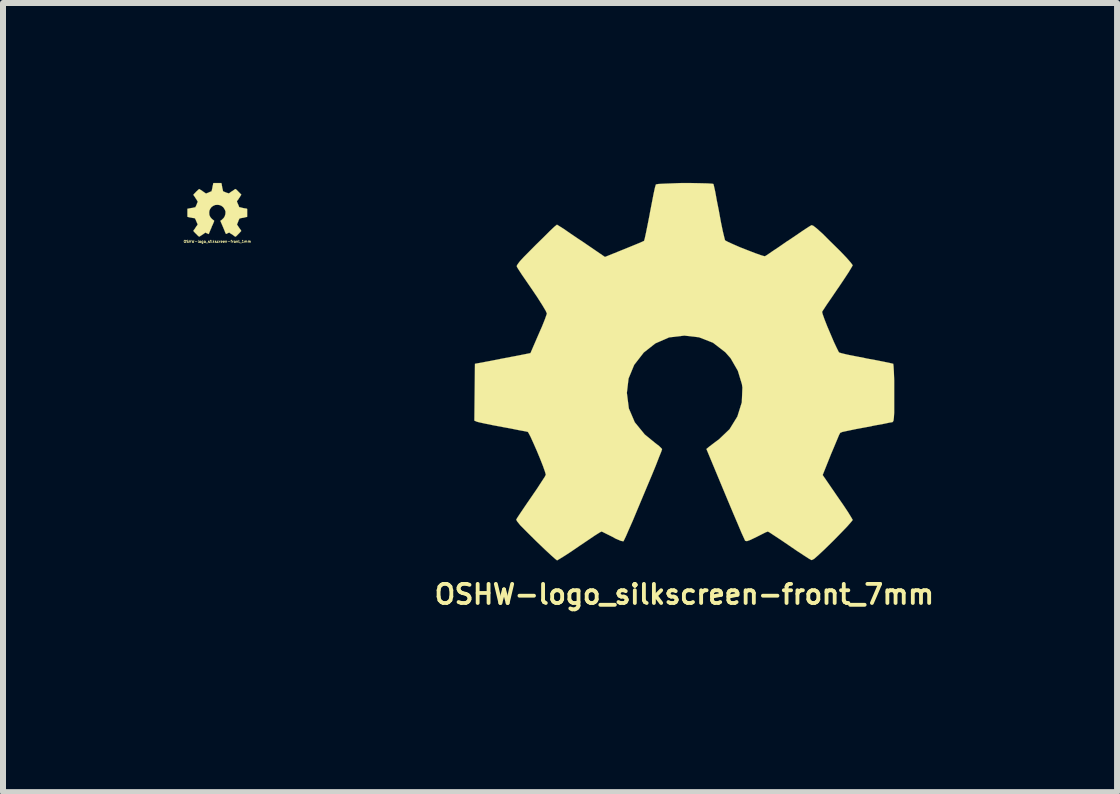
<source format=kicad_pcb>
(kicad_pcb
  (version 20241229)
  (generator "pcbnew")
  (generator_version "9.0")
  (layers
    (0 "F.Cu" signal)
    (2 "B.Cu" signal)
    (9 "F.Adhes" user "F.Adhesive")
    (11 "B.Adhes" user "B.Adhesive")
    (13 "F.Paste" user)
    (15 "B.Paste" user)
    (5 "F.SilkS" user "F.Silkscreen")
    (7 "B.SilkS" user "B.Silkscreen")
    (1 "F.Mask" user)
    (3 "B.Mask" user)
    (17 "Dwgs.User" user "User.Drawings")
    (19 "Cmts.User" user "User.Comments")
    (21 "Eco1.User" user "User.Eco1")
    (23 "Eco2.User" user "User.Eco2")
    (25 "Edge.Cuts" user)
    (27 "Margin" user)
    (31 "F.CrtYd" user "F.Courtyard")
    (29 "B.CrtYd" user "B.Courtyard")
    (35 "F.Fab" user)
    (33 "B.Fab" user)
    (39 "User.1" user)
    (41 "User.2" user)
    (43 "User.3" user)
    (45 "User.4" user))
  (footprint "OSHW-logo_silkscreen-front_7mm"
    (layer "F.Cu")
    (at 8.357 3.146)
    (property "Reference" "OSHW-logo_silkscreen-front_7mm" (at 0 3.711 0) (layer "F.SilkS") (effects (font (size 0.318 0.318) (thickness 0.064))))
    (attr through_hole)
    (fp_poly (pts (xy -2.121 3.145) (xy -2.085 3.124) (xy -2.002 3.073) (xy -1.885 2.997) (xy -1.748 2.903) (xy -1.608 2.809) (xy -1.496 2.733) (xy -1.415 2.682) (xy -1.382 2.664) (xy -1.364 2.67) (xy -1.298 2.703) (xy -1.201 2.751) (xy -1.148 2.781) (xy -1.059 2.819) (xy -1.016 2.827) (xy -1.008 2.814) (xy -0.975 2.746) (xy -0.925 2.631) (xy -0.859 2.482) (xy -0.785 2.304) (xy -0.704 2.111) (xy -0.622 1.915) (xy -0.544 1.73) (xy -0.475 1.562) (xy -0.422 1.425) (xy -0.384 1.331) (xy -0.371 1.29) (xy -0.376 1.283) (xy -0.419 1.24) (xy -0.495 1.181) (xy -0.66 1.046) (xy -0.826 0.843) (xy -0.925 0.612) (xy -0.958 0.353) (xy -0.93 0.114) (xy -0.836 -0.114) (xy -0.676 -0.32) (xy -0.483 -0.472) (xy -0.254 -0.572) (xy 0 -0.602) (xy 0.244 -0.574) (xy 0.478 -0.483) (xy 0.683 -0.325) (xy 0.772 -0.224) (xy 0.892 -0.015) (xy 0.96 0.208) (xy 0.968 0.264) (xy 0.958 0.511) (xy 0.884 0.747) (xy 0.754 0.958) (xy 0.574 1.13) (xy 0.551 1.146) (xy 0.467 1.209) (xy 0.411 1.252) (xy 0.368 1.288) (xy 0.681 2.04) (xy 0.732 2.162) (xy 0.818 2.367) (xy 0.894 2.545) (xy 0.953 2.685) (xy 0.996 2.779) (xy 1.013 2.817) (xy 1.016 2.819) (xy 1.044 2.824) (xy 1.1 2.804) (xy 1.206 2.753) (xy 1.275 2.718) (xy 1.356 2.677) (xy 1.392 2.664) (xy 1.422 2.68) (xy 1.499 2.731) (xy 1.61 2.804) (xy 1.745 2.896) (xy 1.875 2.985) (xy 1.991 3.061) (xy 2.078 3.117) (xy 2.118 3.139) (xy 2.126 3.139) (xy 2.164 3.119) (xy 2.23 3.061) (xy 2.334 2.964) (xy 2.479 2.822) (xy 2.502 2.799) (xy 2.621 2.677) (xy 2.718 2.576) (xy 2.781 2.504) (xy 2.807 2.471) (xy 2.784 2.431) (xy 2.731 2.344) (xy 2.652 2.225) (xy 2.555 2.085) (xy 2.306 1.722) (xy 2.443 1.379) (xy 2.487 1.275) (xy 2.54 1.148) (xy 2.578 1.057) (xy 2.598 1.019) (xy 2.637 1.003) (xy 2.731 0.983) (xy 2.865 0.955) (xy 3.028 0.925) (xy 3.183 0.894) (xy 3.322 0.869) (xy 3.421 0.848) (xy 3.467 0.841) (xy 3.477 0.833) (xy 3.487 0.813) (xy 3.493 0.765) (xy 3.498 0.681) (xy 3.498 0.546) (xy 3.498 0.353) (xy 3.498 0.333) (xy 3.498 0.147) (xy 3.493 0.003) (xy 3.487 -0.094) (xy 3.482 -0.132) (xy 3.439 -0.142) (xy 3.34 -0.163) (xy 3.2 -0.191) (xy 3.035 -0.221) (xy 3.025 -0.224) (xy 2.857 -0.257) (xy 2.72 -0.284) (xy 2.624 -0.307) (xy 2.581 -0.32) (xy 2.573 -0.33) (xy 2.54 -0.396) (xy 2.492 -0.498) (xy 2.438 -0.625) (xy 2.383 -0.754) (xy 2.337 -0.871) (xy 2.306 -0.958) (xy 2.296 -0.998) (xy 2.322 -1.039) (xy 2.377 -1.123) (xy 2.459 -1.242) (xy 2.555 -1.384) (xy 2.563 -1.394) (xy 2.657 -1.534) (xy 2.736 -1.654) (xy 2.786 -1.737) (xy 2.807 -1.775) (xy 2.804 -1.778) (xy 2.774 -1.819) (xy 2.703 -1.9) (xy 2.601 -2.007) (xy 2.477 -2.129) (xy 2.438 -2.167) (xy 2.304 -2.301) (xy 2.207 -2.388) (xy 2.149 -2.433) (xy 2.121 -2.443) (xy 2.078 -2.418) (xy 1.989 -2.36) (xy 1.869 -2.278) (xy 1.727 -2.182) (xy 1.717 -2.177) (xy 1.577 -2.08) (xy 1.46 -2.002) (xy 1.379 -1.946) (xy 1.344 -1.925) (xy 1.336 -1.925) (xy 1.28 -1.941) (xy 1.181 -1.976) (xy 1.057 -2.024) (xy 0.927 -2.075) (xy 0.81 -2.126) (xy 0.721 -2.167) (xy 0.681 -2.189) (xy 0.678 -2.192) (xy 0.665 -2.243) (xy 0.64 -2.347) (xy 0.61 -2.492) (xy 0.579 -2.662) (xy 0.574 -2.69) (xy 0.541 -2.855) (xy 0.516 -2.995) (xy 0.495 -3.089) (xy 0.485 -3.129) (xy 0.462 -3.134) (xy 0.381 -3.139) (xy 0.257 -3.142) (xy 0.104 -3.145) (xy -0.053 -3.145) (xy -0.208 -3.139) (xy -0.34 -3.134) (xy -0.434 -3.129) (xy -0.472 -3.122) (xy -0.475 -3.119) (xy -0.49 -3.068) (xy -0.513 -2.962) (xy -0.541 -2.817) (xy -0.574 -2.647) (xy -0.579 -2.616) (xy -0.612 -2.449) (xy -0.64 -2.311) (xy -0.66 -2.22) (xy -0.671 -2.182) (xy -0.686 -2.174) (xy -0.754 -2.144) (xy -0.866 -2.098) (xy -1.003 -2.042) (xy -1.323 -1.913) (xy -1.717 -2.182) (xy -1.753 -2.205) (xy -1.895 -2.301) (xy -2.009 -2.38) (xy -2.09 -2.431) (xy -2.123 -2.451) (xy -2.126 -2.449) (xy -2.167 -2.416) (xy -2.245 -2.342) (xy -2.349 -2.238) (xy -2.474 -2.116) (xy -2.565 -2.024) (xy -2.675 -1.913) (xy -2.743 -1.839) (xy -2.779 -1.791) (xy -2.794 -1.763) (xy -2.789 -1.745) (xy -2.764 -1.704) (xy -2.708 -1.618) (xy -2.626 -1.499) (xy -2.53 -1.359) (xy -2.451 -1.242) (xy -2.367 -1.11) (xy -2.311 -1.016) (xy -2.291 -0.97) (xy -2.296 -0.953) (xy -2.324 -0.874) (xy -2.37 -0.759) (xy -2.431 -0.62) (xy -2.565 -0.31) (xy -2.771 -0.269) (xy -2.893 -0.246) (xy -3.066 -0.213) (xy -3.231 -0.18) (xy -3.49 -0.132) (xy -3.5 0.815) (xy -3.459 0.833) (xy -3.421 0.843) (xy -3.325 0.864) (xy -3.188 0.892) (xy -3.028 0.922) (xy -2.891 0.947) (xy -2.753 0.975) (xy -2.654 0.993) (xy -2.609 1.003) (xy -2.598 1.019) (xy -2.563 1.085) (xy -2.515 1.191) (xy -2.459 1.318) (xy -2.403 1.453) (xy -2.355 1.575) (xy -2.322 1.669) (xy -2.309 1.717) (xy -2.327 1.753) (xy -2.38 1.834) (xy -2.456 1.951) (xy -2.55 2.088) (xy -2.644 2.225) (xy -2.723 2.342) (xy -2.779 2.426) (xy -2.802 2.464) (xy -2.789 2.492) (xy -2.736 2.558) (xy -2.631 2.664) (xy -2.477 2.817) (xy -2.451 2.842) (xy -2.329 2.959) (xy -2.225 3.056) (xy -2.154 3.119) (xy -2.121 3.145)) (stroke (width 0.003) (type solid)) (fill yes) (layer "F.SilkS")))
  (footprint "OSHW-logo_silkscreen-front_1mm"
    (layer "F.Cu")
    (at 0.572 0.448)
    (property "Reference" "OSHW-logo_silkscreen-front_1mm" (at 0 0.528 0) (layer "F.SilkS") (effects (font (size 0.043 0.043) (thickness 0.008))))
    (attr through_hole)
    (fp_poly (pts (xy -0.302 0.447) (xy -0.297 0.445) (xy -0.284 0.437) (xy -0.269 0.427) (xy -0.249 0.414) (xy -0.229 0.401) (xy -0.213 0.389) (xy -0.201 0.381) (xy -0.196 0.378) (xy -0.193 0.381) (xy -0.185 0.386) (xy -0.17 0.391) (xy -0.163 0.396) (xy -0.15 0.401) (xy -0.145 0.404) (xy -0.142 0.401) (xy -0.137 0.391) (xy -0.132 0.376) (xy -0.122 0.353) (xy -0.112 0.328) (xy -0.099 0.3) (xy -0.089 0.272) (xy -0.076 0.246) (xy -0.066 0.221) (xy -0.058 0.203) (xy -0.053 0.188) (xy -0.051 0.183) (xy -0.053 0.183) (xy -0.058 0.175) (xy -0.069 0.168) (xy -0.094 0.147) (xy -0.117 0.119) (xy -0.132 0.086) (xy -0.135 0.048) (xy -0.132 0.015) (xy -0.119 -0.015) (xy -0.097 -0.046) (xy -0.069 -0.066) (xy -0.036 -0.081) (xy 0 -0.084) (xy 0.033 -0.081) (xy 0.066 -0.069) (xy 0.097 -0.046) (xy 0.109 -0.03) (xy 0.127 0) (xy 0.137 0.028) (xy 0.137 0.036) (xy 0.135 0.071) (xy 0.124 0.107) (xy 0.107 0.135) (xy 0.081 0.16) (xy 0.079 0.163) (xy 0.066 0.173) (xy 0.058 0.178) (xy 0.051 0.183) (xy 0.097 0.29) (xy 0.104 0.307) (xy 0.117 0.338) (xy 0.127 0.363) (xy 0.135 0.384) (xy 0.142 0.396) (xy 0.145 0.401) (xy 0.147 0.401) (xy 0.155 0.399) (xy 0.17 0.391) (xy 0.18 0.386) (xy 0.193 0.381) (xy 0.198 0.378) (xy 0.203 0.381) (xy 0.213 0.389) (xy 0.229 0.399) (xy 0.249 0.411) (xy 0.267 0.424) (xy 0.284 0.437) (xy 0.295 0.445) (xy 0.302 0.447) (xy 0.307 0.445) (xy 0.318 0.437) (xy 0.333 0.422) (xy 0.353 0.401) (xy 0.356 0.399) (xy 0.373 0.381) (xy 0.386 0.366) (xy 0.396 0.356) (xy 0.399 0.353) (xy 0.396 0.345) (xy 0.389 0.333) (xy 0.378 0.318) (xy 0.363 0.297) (xy 0.328 0.244) (xy 0.348 0.196) (xy 0.353 0.18) (xy 0.361 0.163) (xy 0.368 0.15) (xy 0.371 0.145) (xy 0.376 0.142) (xy 0.389 0.14) (xy 0.409 0.135) (xy 0.432 0.132) (xy 0.455 0.127) (xy 0.472 0.122) (xy 0.488 0.119) (xy 0.495 0.119) (xy 0.495 0.117) (xy 0.498 0.114) (xy 0.498 0.109) (xy 0.498 0.097) (xy 0.498 0.076) (xy 0.498 0.048) (xy 0.498 0.046) (xy 0.498 0.02) (xy 0.498 0) (xy 0.498 -0.013) (xy 0.495 -0.018) (xy 0.49 -0.02) (xy 0.475 -0.023) (xy 0.457 -0.025) (xy 0.432 -0.03) (xy 0.406 -0.036) (xy 0.389 -0.041) (xy 0.373 -0.043) (xy 0.368 -0.046) (xy 0.366 -0.046) (xy 0.361 -0.056) (xy 0.356 -0.071) (xy 0.348 -0.089) (xy 0.34 -0.107) (xy 0.333 -0.124) (xy 0.328 -0.135) (xy 0.328 -0.142) (xy 0.33 -0.147) (xy 0.338 -0.16) (xy 0.351 -0.175) (xy 0.363 -0.196) (xy 0.366 -0.198) (xy 0.378 -0.218) (xy 0.389 -0.236) (xy 0.396 -0.246) (xy 0.399 -0.251) (xy 0.399 -0.254) (xy 0.396 -0.259) (xy 0.386 -0.269) (xy 0.371 -0.284) (xy 0.353 -0.302) (xy 0.348 -0.307) (xy 0.328 -0.328) (xy 0.315 -0.34) (xy 0.305 -0.345) (xy 0.302 -0.348) (xy 0.295 -0.345) (xy 0.282 -0.335) (xy 0.267 -0.325) (xy 0.246 -0.31) (xy 0.244 -0.31) (xy 0.224 -0.297) (xy 0.208 -0.284) (xy 0.196 -0.277) (xy 0.191 -0.274) (xy 0.183 -0.277) (xy 0.168 -0.282) (xy 0.15 -0.287) (xy 0.132 -0.295) (xy 0.114 -0.302) (xy 0.102 -0.307) (xy 0.097 -0.312) (xy 0.094 -0.32) (xy 0.091 -0.335) (xy 0.086 -0.356) (xy 0.081 -0.378) (xy 0.081 -0.384) (xy 0.076 -0.406) (xy 0.074 -0.427) (xy 0.069 -0.439) (xy 0.069 -0.447) (xy 0.066 -0.447) (xy 0.053 -0.447) (xy 0.036 -0.447) (xy 0.013 -0.447) (xy -0.008 -0.447) (xy -0.028 -0.447) (xy -0.048 -0.447) (xy -0.061 -0.447) (xy -0.066 -0.445) (xy -0.069 -0.437) (xy -0.071 -0.422) (xy -0.076 -0.401) (xy -0.081 -0.376) (xy -0.081 -0.373) (xy -0.086 -0.348) (xy -0.091 -0.33) (xy -0.094 -0.315) (xy -0.094 -0.31) (xy -0.097 -0.31) (xy -0.107 -0.305) (xy -0.122 -0.3) (xy -0.142 -0.29) (xy -0.188 -0.272) (xy -0.244 -0.31) (xy -0.249 -0.315) (xy -0.269 -0.328) (xy -0.287 -0.338) (xy -0.297 -0.345) (xy -0.302 -0.348) (xy -0.307 -0.343) (xy -0.32 -0.333) (xy -0.335 -0.318) (xy -0.353 -0.302) (xy -0.366 -0.287) (xy -0.381 -0.272) (xy -0.391 -0.262) (xy -0.396 -0.254) (xy -0.399 -0.251) (xy -0.396 -0.249) (xy -0.394 -0.241) (xy -0.386 -0.231) (xy -0.373 -0.213) (xy -0.361 -0.193) (xy -0.348 -0.175) (xy -0.338 -0.157) (xy -0.33 -0.145) (xy -0.325 -0.137) (xy -0.328 -0.135) (xy -0.33 -0.124) (xy -0.338 -0.107) (xy -0.345 -0.086) (xy -0.366 -0.043) (xy -0.394 -0.038) (xy -0.411 -0.033) (xy -0.437 -0.03) (xy -0.46 -0.025) (xy -0.498 -0.018) (xy -0.498 0.114) (xy -0.493 0.117) (xy -0.488 0.119) (xy -0.475 0.122) (xy -0.455 0.127) (xy -0.432 0.13) (xy -0.411 0.135) (xy -0.391 0.137) (xy -0.378 0.14) (xy -0.371 0.142) (xy -0.371 0.145) (xy -0.366 0.155) (xy -0.358 0.17) (xy -0.351 0.188) (xy -0.343 0.206) (xy -0.335 0.224) (xy -0.33 0.236) (xy -0.328 0.244) (xy -0.33 0.249) (xy -0.338 0.262) (xy -0.351 0.277) (xy -0.363 0.297) (xy -0.376 0.318) (xy -0.389 0.333) (xy -0.396 0.345) (xy -0.399 0.351) (xy -0.396 0.356) (xy -0.389 0.363) (xy -0.376 0.378) (xy -0.353 0.401) (xy -0.348 0.404) (xy -0.333 0.422) (xy -0.318 0.434) (xy -0.307 0.445) (xy -0.302 0.447)) (stroke (width 0.003) (type solid)) (fill yes) (layer "F.SilkS")))
  (gr_rect
    (start -3 -3)
    (end 15.57 10.154)
    (stroke (width 0.1) (type default))
    (fill no)
    (layer "Edge.Cuts")))
</source>
